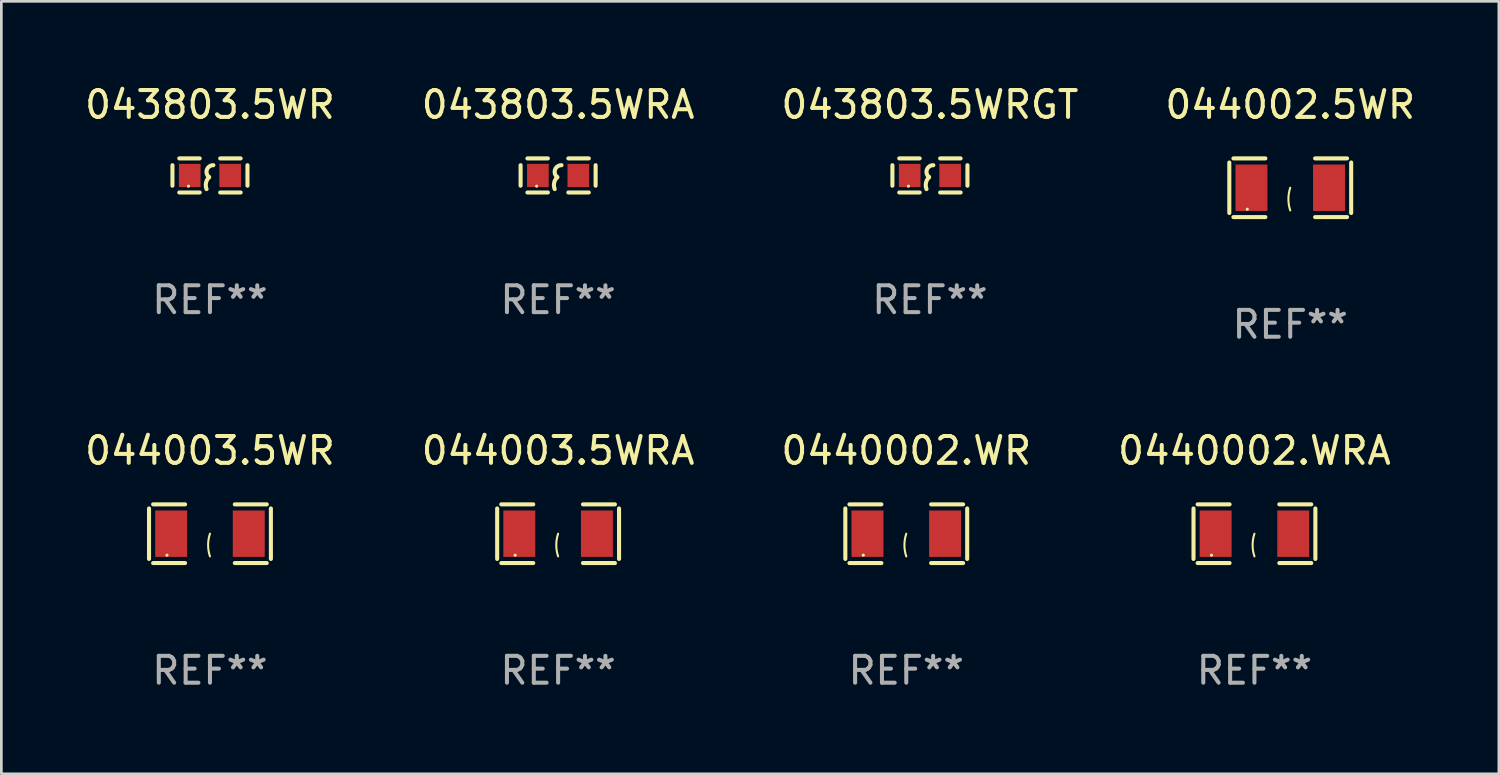
<source format=kicad_pcb>
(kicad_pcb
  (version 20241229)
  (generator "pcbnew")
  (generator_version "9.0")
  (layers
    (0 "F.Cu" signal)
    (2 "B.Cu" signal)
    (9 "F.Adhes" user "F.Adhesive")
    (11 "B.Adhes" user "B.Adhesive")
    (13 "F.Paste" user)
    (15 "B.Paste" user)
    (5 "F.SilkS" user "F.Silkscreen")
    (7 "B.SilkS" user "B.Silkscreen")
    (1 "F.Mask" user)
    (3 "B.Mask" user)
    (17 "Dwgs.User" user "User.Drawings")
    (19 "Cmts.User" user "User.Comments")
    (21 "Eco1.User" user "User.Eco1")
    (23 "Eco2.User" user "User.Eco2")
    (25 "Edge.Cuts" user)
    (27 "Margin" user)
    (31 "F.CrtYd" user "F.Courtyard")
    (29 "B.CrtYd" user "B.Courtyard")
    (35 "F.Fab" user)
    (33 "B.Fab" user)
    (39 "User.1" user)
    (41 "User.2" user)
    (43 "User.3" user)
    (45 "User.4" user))
  (footprint "044002.5WR"
    (layer "F.Cu")
    (at 44.994 3.941)
    (property "Reference" "044002.5WR" (at 0 -3.093 0) (layer "F.SilkS") (effects (font (size 1 1) (thickness 0.15))))
    (attr through_hole)
    (fp_line (start -2.269 -0.94) (end -2.269 0.94) (stroke (width 0.152) (type solid)) (layer "F.SilkS"))
    (fp_line (start -2.116 1.093) (end -0.926 1.093) (stroke (width 0.152) (type solid)) (layer "F.SilkS"))
    (fp_line (start -0.926 -1.093) (end -2.116 -1.093) (stroke (width 0.152) (type solid)) (layer "F.SilkS"))
    (fp_line (start 0.926 -1.093) (end 2.116 -1.093) (stroke (width 0.152) (type solid)) (layer "F.SilkS"))
    (fp_line (start 2.116 1.093) (end 0.926 1.093) (stroke (width 0.152) (type solid)) (layer "F.SilkS"))
    (fp_line (start 2.269 -0.94) (end 2.269 0.94) (stroke (width 0.152) (type solid)) (layer "F.SilkS"))
    (fp_arc (start 0 0.844951) (mid -0.068559 0.422475) (end 0 0) (stroke (width 0.0762) (type solid)) (layer "F.SilkS"))
    (fp_circle (center -1.6 0.8) (end -1.57 0.8) (stroke (width 0.06) (type solid)) (fill no) (layer "F.SilkS"))
    (fp_text user "REF**" (at 0 5.093 0) (layer "F.Fab") (effects (font (size 1 1) (thickness 0.15))))
    (pad "1" smd rect (at -1.445 0) (size 1.19 1.728) (layers "F.Cu" "F.Mask" "F.Paste"))
    (pad "2" smd rect (at 1.445 0) (size 1.19 1.728) (layers "F.Cu" "F.Mask" "F.Paste")))
  (footprint "044003.5WR"
    (layer "F.Cu")
    (at 4.768 16.823)
    (property "Reference" "044003.5WR" (at 0 -3.093 0) (layer "F.SilkS") (effects (font (size 1 1) (thickness 0.15))))
    (attr through_hole)
    (fp_line (start -2.269 -0.94) (end -2.269 0.94) (stroke (width 0.152) (type solid)) (layer "F.SilkS"))
    (fp_line (start -2.116 1.093) (end -0.926 1.093) (stroke (width 0.152) (type solid)) (layer "F.SilkS"))
    (fp_line (start -0.926 -1.093) (end -2.116 -1.093) (stroke (width 0.152) (type solid)) (layer "F.SilkS"))
    (fp_line (start 0.926 -1.093) (end 2.116 -1.093) (stroke (width 0.152) (type solid)) (layer "F.SilkS"))
    (fp_line (start 2.116 1.093) (end 0.926 1.093) (stroke (width 0.152) (type solid)) (layer "F.SilkS"))
    (fp_line (start 2.269 -0.94) (end 2.269 0.94) (stroke (width 0.152) (type solid)) (layer "F.SilkS"))
    (fp_arc (start 0 0.844951) (mid -0.068559 0.422475) (end 0 0) (stroke (width 0.0762) (type solid)) (layer "F.SilkS"))
    (fp_circle (center -1.6 0.8) (end -1.57 0.8) (stroke (width 0.06) (type solid)) (fill no) (layer "F.SilkS"))
    (fp_text user "REF**" (at 0 5.093 0) (layer "F.Fab") (effects (font (size 1 1) (thickness 0.15))))
    (pad "1" smd rect (at -1.445 0) (size 1.19 1.728) (layers "F.Cu" "F.Mask" "F.Paste"))
    (pad "2" smd rect (at 1.445 0) (size 1.19 1.728) (layers "F.Cu" "F.Mask" "F.Paste")))
  (footprint "044003.5WRA"
    (layer "F.Cu")
    (at 17.732 16.823)
    (property "Reference" "044003.5WRA" (at 0 -3.093 0) (layer "F.SilkS") (effects (font (size 1 1) (thickness 0.15))))
    (attr through_hole)
    (fp_line (start -2.269 -0.94) (end -2.269 0.94) (stroke (width 0.152) (type solid)) (layer "F.SilkS"))
    (fp_line (start -2.116 1.093) (end -0.926 1.093) (stroke (width 0.152) (type solid)) (layer "F.SilkS"))
    (fp_line (start -0.926 -1.093) (end -2.116 -1.093) (stroke (width 0.152) (type solid)) (layer "F.SilkS"))
    (fp_line (start 0.926 -1.093) (end 2.116 -1.093) (stroke (width 0.152) (type solid)) (layer "F.SilkS"))
    (fp_line (start 2.116 1.093) (end 0.926 1.093) (stroke (width 0.152) (type solid)) (layer "F.SilkS"))
    (fp_line (start 2.269 -0.94) (end 2.269 0.94) (stroke (width 0.152) (type solid)) (layer "F.SilkS"))
    (fp_arc (start 0 0.844951) (mid -0.068559 0.422475) (end 0 0) (stroke (width 0.0762) (type solid)) (layer "F.SilkS"))
    (fp_circle (center -1.6 0.8) (end -1.57 0.8) (stroke (width 0.06) (type solid)) (fill no) (layer "F.SilkS"))
    (fp_text user "REF**" (at 0 5.093 0) (layer "F.Fab") (effects (font (size 1 1) (thickness 0.15))))
    (pad "1" smd rect (at -1.445 0) (size 1.19 1.728) (layers "F.Cu" "F.Mask" "F.Paste"))
    (pad "2" smd rect (at 1.445 0) (size 1.19 1.728) (layers "F.Cu" "F.Mask" "F.Paste")))
  (footprint "043803.5WRGT"
    (layer "F.Cu")
    (at 31.577 3.483)
    (property "Reference" "043803.5WRGT" (at 0 -2.635 0) (layer "F.SilkS") (effects (font (size 1 1) (thickness 0.15))))
    (attr through_hole)
    (fp_line (start -1.397 -0.381) (end -1.397 0.381) (stroke (width 0.152) (type solid)) (layer "F.SilkS"))
    (fp_line (start -0.381 -0.635) (end -1.143 -0.635) (stroke (width 0.152) (type solid)) (layer "F.SilkS"))
    (fp_line (start -0.381 0.635) (end -1.143 0.635) (stroke (width 0.152) (type solid)) (layer "F.SilkS"))
    (fp_line (start 0.381 -0.635) (end 1.143 -0.635) (stroke (width 0.152) (type solid)) (layer "F.SilkS"))
    (fp_line (start 0.381 0.635) (end 1.143 0.635) (stroke (width 0.152) (type solid)) (layer "F.SilkS"))
    (fp_line (start 1.397 -0.381) (end 1.397 0.381) (stroke (width 0.152) (type solid)) (layer "F.SilkS"))
    (fp_arc (start -0.127 0.508001) (mid -0.146523 0.271131) (end -0.030861 0.0635) (stroke (width 0.151994) (type solid)) (layer "F.SilkS"))
    (fp_arc (start -0.03175 0.0635) (mid -0.113571 -0.216321) (end 0.127001 -0.381002) (stroke (width 0.151994) (type solid)) (layer "F.SilkS"))
    (fp_circle (center -0.8 0.4) (end -0.77 0.4) (stroke (width 0.06) (type solid)) (fill no) (layer "F.SilkS"))
    (fp_text user "REF**" (at 0 4.635 0) (layer "F.Fab") (effects (font (size 1 1) (thickness 0.15))))
    (pad "1" smd rect (at -0.753 0) (size 0.806 0.864) (layers "F.Cu" "F.Mask" "F.Paste"))
    (pad "2" smd rect (at 0.753 0) (size 0.806 0.864) (layers "F.Cu" "F.Mask" "F.Paste")))
  (footprint "0440002.WRA"
    (layer "F.Cu")
    (at 43.661 16.823)
    (property "Reference" "0440002.WRA" (at 0 -3.093 0) (layer "F.SilkS") (effects (font (size 1 1) (thickness 0.15))))
    (attr through_hole)
    (fp_line (start -2.269 -0.94) (end -2.269 0.94) (stroke (width 0.152) (type solid)) (layer "F.SilkS"))
    (fp_line (start -2.116 1.093) (end -0.926 1.093) (stroke (width 0.152) (type solid)) (layer "F.SilkS"))
    (fp_line (start -0.926 -1.093) (end -2.116 -1.093) (stroke (width 0.152) (type solid)) (layer "F.SilkS"))
    (fp_line (start 0.926 -1.093) (end 2.116 -1.093) (stroke (width 0.152) (type solid)) (layer "F.SilkS"))
    (fp_line (start 2.116 1.093) (end 0.926 1.093) (stroke (width 0.152) (type solid)) (layer "F.SilkS"))
    (fp_line (start 2.269 -0.94) (end 2.269 0.94) (stroke (width 0.152) (type solid)) (layer "F.SilkS"))
    (fp_arc (start 0 0.844951) (mid -0.068559 0.422475) (end 0 0) (stroke (width 0.0762) (type solid)) (layer "F.SilkS"))
    (fp_circle (center -1.6 0.8) (end -1.57 0.8) (stroke (width 0.06) (type solid)) (fill no) (layer "F.SilkS"))
    (fp_text user "REF**" (at 0 5.093 0) (layer "F.Fab") (effects (font (size 1 1) (thickness 0.15))))
    (pad "1" smd rect (at -1.445 0) (size 1.19 1.728) (layers "F.Cu" "F.Mask" "F.Paste"))
    (pad "2" smd rect (at 1.445 0) (size 1.19 1.728) (layers "F.Cu" "F.Mask" "F.Paste")))
  (footprint "043803.5WRA"
    (layer "F.Cu")
    (at 17.732 3.483)
    (property "Reference" "043803.5WRA" (at 0 -2.635 0) (layer "F.SilkS") (effects (font (size 1 1) (thickness 0.15))))
    (attr through_hole)
    (fp_line (start -1.397 -0.381) (end -1.397 0.381) (stroke (width 0.152) (type solid)) (layer "F.SilkS"))
    (fp_line (start -0.381 -0.635) (end -1.143 -0.635) (stroke (width 0.152) (type solid)) (layer "F.SilkS"))
    (fp_line (start -0.381 0.635) (end -1.143 0.635) (stroke (width 0.152) (type solid)) (layer "F.SilkS"))
    (fp_line (start 0.381 -0.635) (end 1.143 -0.635) (stroke (width 0.152) (type solid)) (layer "F.SilkS"))
    (fp_line (start 0.381 0.635) (end 1.143 0.635) (stroke (width 0.152) (type solid)) (layer "F.SilkS"))
    (fp_line (start 1.397 -0.381) (end 1.397 0.381) (stroke (width 0.152) (type solid)) (layer "F.SilkS"))
    (fp_arc (start -0.127 0.508001) (mid -0.146523 0.271131) (end -0.030861 0.0635) (stroke (width 0.151994) (type solid)) (layer "F.SilkS"))
    (fp_arc (start -0.03175 0.0635) (mid -0.113571 -0.216321) (end 0.127001 -0.381002) (stroke (width 0.151994) (type solid)) (layer "F.SilkS"))
    (fp_circle (center -0.8 0.4) (end -0.77 0.4) (stroke (width 0.06) (type solid)) (fill no) (layer "F.SilkS"))
    (fp_text user "REF**" (at 0 4.635 0) (layer "F.Fab") (effects (font (size 1 1) (thickness 0.15))))
    (pad "1" smd rect (at -0.753 0) (size 0.806 0.864) (layers "F.Cu" "F.Mask" "F.Paste"))
    (pad "2" smd rect (at 0.753 0) (size 0.806 0.864) (layers "F.Cu" "F.Mask" "F.Paste")))
  (footprint "0440002.WR"
    (layer "F.Cu")
    (at 30.696 16.823)
    (property "Reference" "0440002.WR" (at 0 -3.093 0) (layer "F.SilkS") (effects (font (size 1 1) (thickness 0.15))))
    (attr through_hole)
    (fp_line (start -2.269 -0.94) (end -2.269 0.94) (stroke (width 0.152) (type solid)) (layer "F.SilkS"))
    (fp_line (start -2.116 1.093) (end -0.926 1.093) (stroke (width 0.152) (type solid)) (layer "F.SilkS"))
    (fp_line (start -0.926 -1.093) (end -2.116 -1.093) (stroke (width 0.152) (type solid)) (layer "F.SilkS"))
    (fp_line (start 0.926 -1.093) (end 2.116 -1.093) (stroke (width 0.152) (type solid)) (layer "F.SilkS"))
    (fp_line (start 2.116 1.093) (end 0.926 1.093) (stroke (width 0.152) (type solid)) (layer "F.SilkS"))
    (fp_line (start 2.269 -0.94) (end 2.269 0.94) (stroke (width 0.152) (type solid)) (layer "F.SilkS"))
    (fp_arc (start 0 0.844951) (mid -0.068559 0.422475) (end 0 0) (stroke (width 0.0762) (type solid)) (layer "F.SilkS"))
    (fp_circle (center -1.6 0.8) (end -1.57 0.8) (stroke (width 0.06) (type solid)) (fill no) (layer "F.SilkS"))
    (fp_text user "REF**" (at 0 5.093 0) (layer "F.Fab") (effects (font (size 1 1) (thickness 0.15))))
    (pad "1" smd rect (at -1.445 0) (size 1.19 1.728) (layers "F.Cu" "F.Mask" "F.Paste"))
    (pad "2" smd rect (at 1.445 0) (size 1.19 1.728) (layers "F.Cu" "F.Mask" "F.Paste")))
  (footprint "043803.5WR"
    (layer "F.Cu")
    (at 4.768 3.483)
    (property "Reference" "043803.5WR" (at 0 -2.635 0) (layer "F.SilkS") (effects (font (size 1 1) (thickness 0.15))))
    (attr through_hole)
    (fp_line (start -1.397 -0.381) (end -1.397 0.381) (stroke (width 0.152) (type solid)) (layer "F.SilkS"))
    (fp_line (start -0.381 -0.635) (end -1.143 -0.635) (stroke (width 0.152) (type solid)) (layer "F.SilkS"))
    (fp_line (start -0.381 0.635) (end -1.143 0.635) (stroke (width 0.152) (type solid)) (layer "F.SilkS"))
    (fp_line (start 0.381 -0.635) (end 1.143 -0.635) (stroke (width 0.152) (type solid)) (layer "F.SilkS"))
    (fp_line (start 0.381 0.635) (end 1.143 0.635) (stroke (width 0.152) (type solid)) (layer "F.SilkS"))
    (fp_line (start 1.397 -0.381) (end 1.397 0.381) (stroke (width 0.152) (type solid)) (layer "F.SilkS"))
    (fp_arc (start -0.127 0.508001) (mid -0.146523 0.271131) (end -0.030861 0.0635) (stroke (width 0.151994) (type solid)) (layer "F.SilkS"))
    (fp_arc (start -0.03175 0.0635) (mid -0.113571 -0.216321) (end 0.127001 -0.381002) (stroke (width 0.151994) (type solid)) (layer "F.SilkS"))
    (fp_circle (center -0.8 0.4) (end -0.77 0.4) (stroke (width 0.06) (type solid)) (fill no) (layer "F.SilkS"))
    (fp_text user "REF**" (at 0 4.635 0) (layer "F.Fab") (effects (font (size 1 1) (thickness 0.15))))
    (pad "1" smd rect (at -0.753 0) (size 0.806 0.864) (layers "F.Cu" "F.Mask" "F.Paste"))
    (pad "2" smd rect (at 0.753 0) (size 0.806 0.864) (layers "F.Cu" "F.Mask" "F.Paste")))
  (gr_rect
    (start -3 -3)
    (end 52.762 25.763)
    (stroke (width 0.1) (type default))
    (fill no)
    (layer "Edge.Cuts")))
</source>
